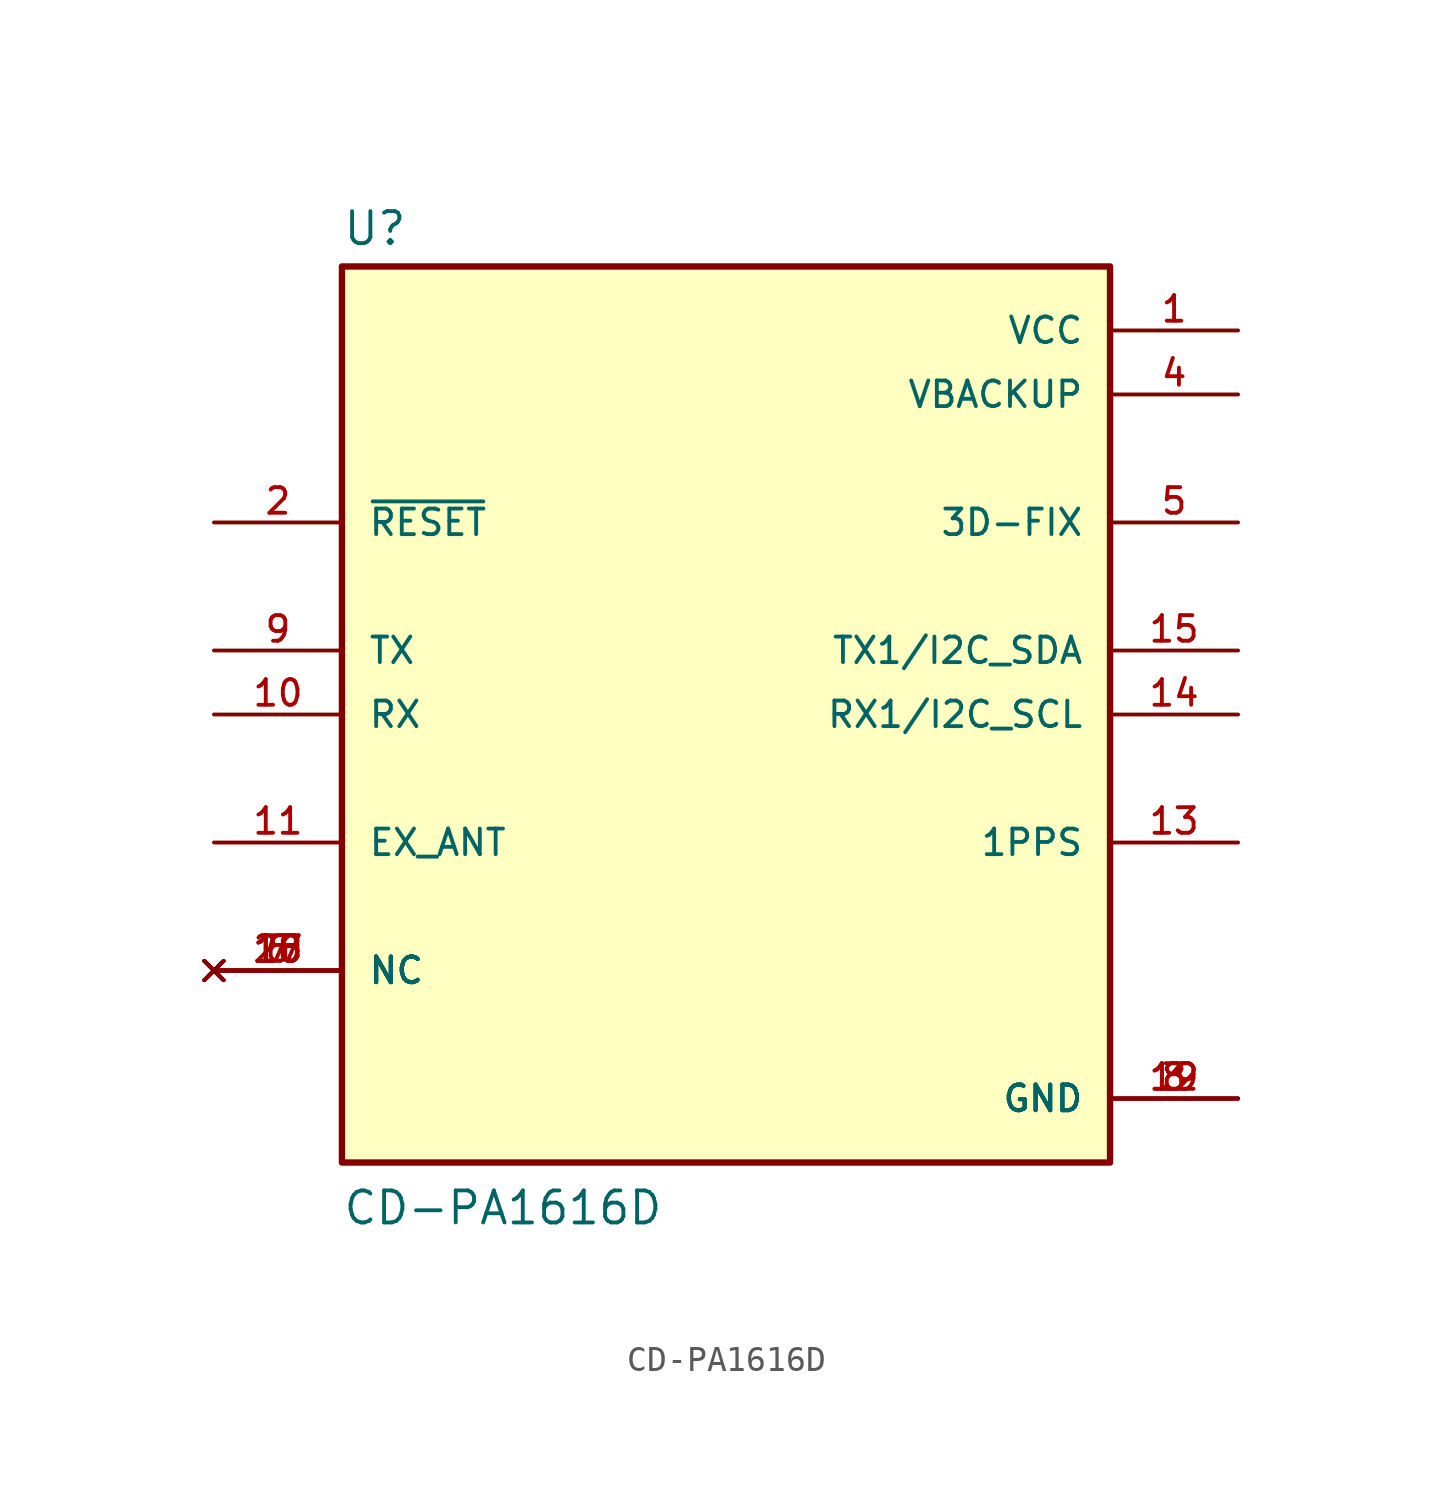
<source format=kicad_sym>
(kicad_symbol_lib
  (version 20211014)
  (generator kicad_symbol_editor)
  (symbol "CD-PA1616D"
    (pin_names
      (offset 1.016))
    (property "Reference" "U"
      (at -15.24 18.542 0)
      (effects (font (size 1.27 1.27)) (justify bottom left)))
    (property "Value" "CD-PA1616D"
      (at -15.24 -20.32 0)
      (effects (font (size 1.27 1.27)) (justify bottom left)))
    (symbol "CD-PA1616D_0_0"
      (rectangle (start -15.24 -17.78) (end 15.24 17.78) (stroke (width 0.254)) (fill (type background)))
      (pin power_in line (at 20.32 15.24 180.0) (length 5.08) (name "VCC" (effects (font (size 1.016 1.016)))) (number "1" (effects (font (size 1.016 1.016)))))
      (pin input line (at -20.32 7.62 0) (length 5.08) (name "~{RESET}" (effects (font (size 1.016 1.016)))) (number "2" (effects (font (size 1.016 1.016)))))
      (pin power_in line (at 20.32 -15.24 180.0) (length 5.08) (name "GND" (effects (font (size 1.016 1.016)))) (number "3" (effects (font (size 1.016 1.016)))))
      (pin power_in line (at 20.32 -15.24 180.0) (length 5.08) (name "GND" (effects (font (size 1.016 1.016)))) (number "8" (effects (font (size 1.016 1.016)))))
      (pin power_in line (at 20.32 -15.24 180.0) (length 5.08) (name "GND" (effects (font (size 1.016 1.016)))) (number "12" (effects (font (size 1.016 1.016)))))
      (pin power_in line (at 20.32 -15.24 180.0) (length 5.08) (name "GND" (effects (font (size 1.016 1.016)))) (number "19" (effects (font (size 1.016 1.016)))))
      (pin power_in line (at 20.32 12.7 180.0) (length 5.08) (name "VBACKUP" (effects (font (size 1.016 1.016)))) (number "4" (effects (font (size 1.016 1.016)))))
      (pin output line (at 20.32 7.62 180.0) (length 5.08) (name "3D-FIX" (effects (font (size 1.016 1.016)))) (number "5" (effects (font (size 1.016 1.016)))))
      (pin no_connect line (at -20.32 -10.16 0) (length 5.08) (name "NC" (effects (font (size 1.016 1.016)))) (number "6" (effects (font (size 1.016 1.016)))))
      (pin no_connect line (at -20.32 -10.16 0) (length 5.08) (name "NC" (effects (font (size 1.016 1.016)))) (number "7" (effects (font (size 1.016 1.016)))))
      (pin no_connect line (at -20.32 -10.16 0) (length 5.08) (name "NC" (effects (font (size 1.016 1.016)))) (number "16" (effects (font (size 1.016 1.016)))))
      (pin no_connect line (at -20.32 -10.16 0) (length 5.08) (name "NC" (effects (font (size 1.016 1.016)))) (number "17" (effects (font (size 1.016 1.016)))))
      (pin no_connect line (at -20.32 -10.16 0) (length 5.08) (name "NC" (effects (font (size 1.016 1.016)))) (number "18" (effects (font (size 1.016 1.016)))))
      (pin no_connect line (at -20.32 -10.16 0) (length 5.08) (name "NC" (effects (font (size 1.016 1.016)))) (number "20" (effects (font (size 1.016 1.016)))))
      (pin output line (at -20.32 2.54 0) (length 5.08) (name "TX" (effects (font (size 1.016 1.016)))) (number "9" (effects (font (size 1.016 1.016)))))
      (pin input line (at -20.32 0.0 0) (length 5.08) (name "RX" (effects (font (size 1.016 1.016)))) (number "10" (effects (font (size 1.016 1.016)))))
      (pin bidirectional line (at -20.32 -5.08 0) (length 5.08) (name "EX_ANT" (effects (font (size 1.016 1.016)))) (number "11" (effects (font (size 1.016 1.016)))))
      (pin output line (at 20.32 -5.08 180.0) (length 5.08) (name "1PPS" (effects (font (size 1.016 1.016)))) (number "13" (effects (font (size 1.016 1.016)))))
      (pin output line (at 20.32 2.54 180.0) (length 5.08) (name "TX1/I2C_SDA" (effects (font (size 1.016 1.016)))) (number "15" (effects (font (size 1.016 1.016)))))
      (pin input line (at 20.32 0.0 180.0) (length 5.08) (name "RX1/I2C_SCL" (effects (font (size 1.016 1.016)))) (number "14" (effects (font (size 1.016 1.016))))))))
</source>
